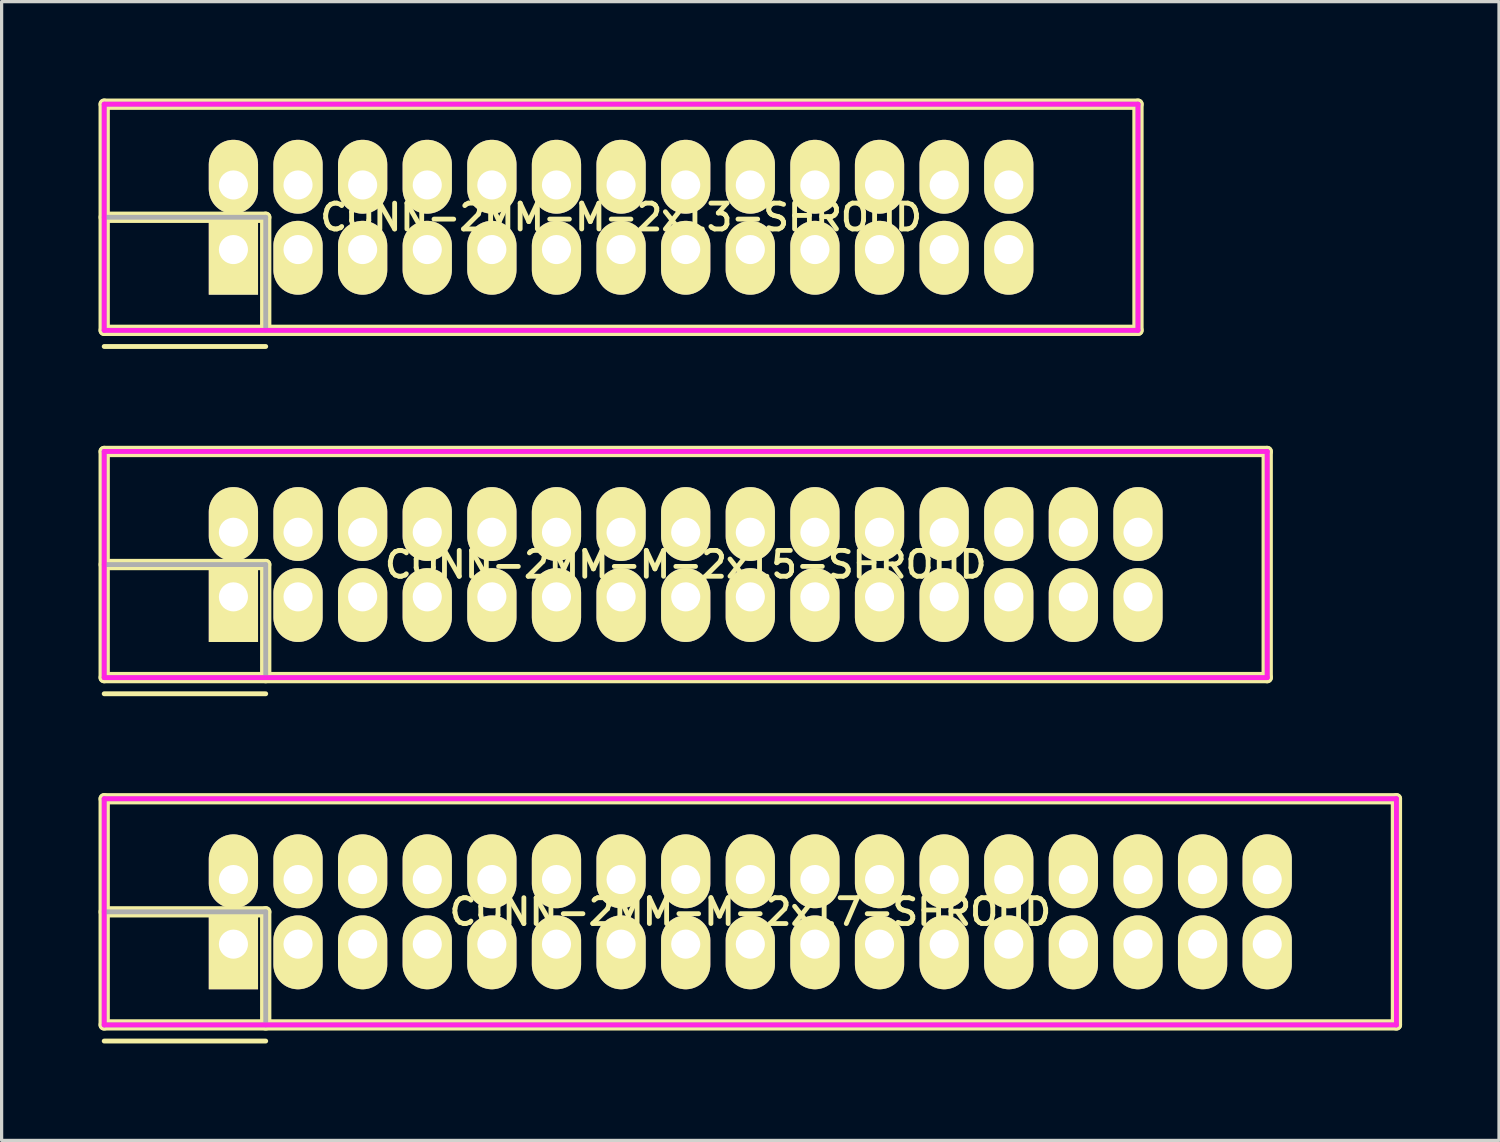
<source format=kicad_pcb>
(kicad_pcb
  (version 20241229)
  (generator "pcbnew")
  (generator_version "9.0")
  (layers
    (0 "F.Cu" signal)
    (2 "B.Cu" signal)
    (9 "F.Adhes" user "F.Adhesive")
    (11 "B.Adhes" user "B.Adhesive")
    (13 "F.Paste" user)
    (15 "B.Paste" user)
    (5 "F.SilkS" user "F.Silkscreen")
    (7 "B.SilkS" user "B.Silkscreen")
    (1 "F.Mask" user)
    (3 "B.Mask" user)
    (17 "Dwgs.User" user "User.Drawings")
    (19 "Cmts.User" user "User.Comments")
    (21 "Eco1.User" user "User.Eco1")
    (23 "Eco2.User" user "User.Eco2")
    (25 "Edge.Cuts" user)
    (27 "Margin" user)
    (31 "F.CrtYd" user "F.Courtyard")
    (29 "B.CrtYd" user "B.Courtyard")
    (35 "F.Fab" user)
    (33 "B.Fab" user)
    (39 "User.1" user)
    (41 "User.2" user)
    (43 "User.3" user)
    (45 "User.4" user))
  (footprint "CONN-2MM-M-2x15-SHROUD"
    (layer "F.Cu")
    (at 18.175 14.425)
    (property "Reference" "CONN-2MM-M-2x15-SHROUD" (at 0 0 0) (layer "F.SilkS") (effects (font (size 0.8 0.8) (thickness 0.15))))
    (attr through_hole)
    (fp_line (start -18 -3.5) (end 18 -3.5) (stroke (width 0.35) (type solid)) (layer "F.SilkS"))
    (fp_line (start -18 0) (end -13 0) (stroke (width 0.35) (type solid)) (layer "F.SilkS"))
    (fp_line (start -18 3.5) (end -18 -3.5) (stroke (width 0.35) (type solid)) (layer "F.SilkS"))
    (fp_line (start -18 4) (end -13 4) (stroke (width 0.15) (type solid)) (layer "F.SilkS"))
    (fp_line (start -13 0) (end -13 3.5) (stroke (width 0.35) (type solid)) (layer "F.SilkS"))
    (fp_line (start 18 -3.5) (end 18 3.5) (stroke (width 0.35) (type solid)) (layer "F.SilkS"))
    (fp_line (start 18 3.5) (end -18 3.5) (stroke (width 0.35) (type solid)) (layer "F.SilkS"))
    (fp_line (start -18 -3.5) (end 18 -3.5) (stroke (width 0.15) (type solid)) (layer "F.CrtYd"))
    (fp_line (start -18 3.5) (end -18 -3.5) (stroke (width 0.15) (type solid)) (layer "F.CrtYd"))
    (fp_line (start 18 -3.5) (end 18 3.5) (stroke (width 0.15) (type solid)) (layer "F.CrtYd"))
    (fp_line (start 18 3.5) (end -18 3.5) (stroke (width 0.15) (type solid)) (layer "F.CrtYd"))
    (fp_line (start -18 -3.5) (end 18 -3.5) (stroke (width 0.15) (type solid)) (layer "F.Fab"))
    (fp_line (start -18 0) (end -13 0) (stroke (width 0.15) (type solid)) (layer "F.Fab"))
    (fp_line (start -18 3.5) (end -18 -3.5) (stroke (width 0.15) (type solid)) (layer "F.Fab"))
    (fp_line (start -13 0) (end -13 3.5) (stroke (width 0.15) (type solid)) (layer "F.Fab"))
    (fp_line (start 18 -3.5) (end 18 3.5) (stroke (width 0.15) (type solid)) (layer "F.Fab"))
    (fp_line (start 18 3.5) (end -18 3.5) (stroke (width 0.15) (type solid)) (layer "F.Fab"))
    (pad "1" thru_hole rect (at -14 1) (size 1.524 2.286) (drill 0.9 (offset 0 0.254)) (layers "*.Cu" "*.Mask" "F.SilkS"))
    (pad "2" thru_hole oval (at -14 -1) (size 1.524 2.286) (drill 0.9 (offset 0 -0.254)) (layers "*.Cu" "*.Mask" "F.SilkS"))
    (pad "3" thru_hole oval (at -12 1) (size 1.524 2.286) (drill 0.9 (offset 0 0.254)) (layers "*.Cu" "*.Mask" "F.SilkS"))
    (pad "4" thru_hole oval (at -12 -1) (size 1.524 2.286) (drill 0.9 (offset 0 -0.254)) (layers "*.Cu" "*.Mask" "F.SilkS"))
    (pad "5" thru_hole oval (at -10 1) (size 1.524 2.286) (drill 0.9 (offset 0 0.254)) (layers "*.Cu" "*.Mask" "F.SilkS"))
    (pad "6" thru_hole oval (at -10 -1) (size 1.524 2.286) (drill 0.9 (offset 0 -0.254)) (layers "*.Cu" "*.Mask" "F.SilkS"))
    (pad "7" thru_hole oval (at -8 1) (size 1.524 2.286) (drill 0.9 (offset 0 0.254)) (layers "*.Cu" "*.Mask" "F.SilkS"))
    (pad "8" thru_hole oval (at -8 -1) (size 1.524 2.286) (drill 0.9 (offset 0 -0.254)) (layers "*.Cu" "*.Mask" "F.SilkS"))
    (pad "9" thru_hole oval (at -6 1) (size 1.524 2.286) (drill 0.9 (offset 0 0.254)) (layers "*.Cu" "*.Mask" "F.SilkS"))
    (pad "10" thru_hole oval (at -6 -1) (size 1.524 2.286) (drill 0.9 (offset 0 -0.254)) (layers "*.Cu" "*.Mask" "F.SilkS"))
    (pad "11" thru_hole oval (at -4 1) (size 1.524 2.286) (drill 0.9 (offset 0 0.254)) (layers "*.Cu" "*.Mask" "F.SilkS"))
    (pad "12" thru_hole oval (at -4 -1) (size 1.524 2.286) (drill 0.9 (offset 0 -0.254)) (layers "*.Cu" "*.Mask" "F.SilkS"))
    (pad "13" thru_hole oval (at -2 1) (size 1.524 2.286) (drill 0.9 (offset 0 0.254)) (layers "*.Cu" "*.Mask" "F.SilkS"))
    (pad "14" thru_hole oval (at -2 -1) (size 1.524 2.286) (drill 0.9 (offset 0 -0.254)) (layers "*.Cu" "*.Mask" "F.SilkS"))
    (pad "15" thru_hole oval (at 0 1) (size 1.524 2.286) (drill 0.9 (offset 0 0.254)) (layers "*.Cu" "*.Mask" "F.SilkS"))
    (pad "16" thru_hole oval (at 0 -1) (size 1.524 2.286) (drill 0.9 (offset 0 -0.254)) (layers "*.Cu" "*.Mask" "F.SilkS"))
    (pad "17" thru_hole oval (at 2 1) (size 1.524 2.286) (drill 0.9 (offset 0 0.254)) (layers "*.Cu" "*.Mask" "F.SilkS"))
    (pad "18" thru_hole oval (at 2 -1) (size 1.524 2.286) (drill 0.9 (offset 0 -0.254)) (layers "*.Cu" "*.Mask" "F.SilkS"))
    (pad "19" thru_hole oval (at 4 1) (size 1.524 2.286) (drill 0.9 (offset 0 0.254)) (layers "*.Cu" "*.Mask" "F.SilkS"))
    (pad "20" thru_hole oval (at 4 -1) (size 1.524 2.286) (drill 0.9 (offset 0 -0.254)) (layers "*.Cu" "*.Mask" "F.SilkS"))
    (pad "21" thru_hole oval (at 6 1) (size 1.524 2.286) (drill 0.9 (offset 0 0.254)) (layers "*.Cu" "*.Mask" "F.SilkS"))
    (pad "22" thru_hole oval (at 6 -1) (size 1.524 2.286) (drill 0.9 (offset 0 -0.254)) (layers "*.Cu" "*.Mask" "F.SilkS"))
    (pad "23" thru_hole oval (at 8 1) (size 1.524 2.286) (drill 0.9 (offset 0 0.254)) (layers "*.Cu" "*.Mask" "F.SilkS"))
    (pad "24" thru_hole oval (at 8 -1) (size 1.524 2.286) (drill 0.9 (offset 0 -0.254)) (layers "*.Cu" "*.Mask" "F.SilkS"))
    (pad "25" thru_hole oval (at 10 1) (size 1.524 2.286) (drill 0.9 (offset 0 0.254)) (layers "*.Cu" "*.Mask" "F.SilkS"))
    (pad "26" thru_hole oval (at 10 -1) (size 1.524 2.286) (drill 0.9 (offset 0 -0.254)) (layers "*.Cu" "*.Mask" "F.SilkS"))
    (pad "27" thru_hole oval (at 12 1) (size 1.524 2.286) (drill 0.9 (offset 0 0.254)) (layers "*.Cu" "*.Mask" "F.SilkS"))
    (pad "28" thru_hole oval (at 12 -1) (size 1.524 2.286) (drill 0.9 (offset 0 -0.254)) (layers "*.Cu" "*.Mask" "F.SilkS"))
    (pad "29" thru_hole oval (at 14 1) (size 1.524 2.286) (drill 0.9 (offset 0 0.254)) (layers "*.Cu" "*.Mask" "F.SilkS"))
    (pad "30" thru_hole oval (at 14 -1) (size 1.524 2.286) (drill 0.9 (offset 0 -0.254)) (layers "*.Cu" "*.Mask" "F.SilkS")))
  (footprint "CONN-2MM-M-2x13-SHROUD"
    (layer "F.Cu")
    (at 16.175 3.675)
    (property "Reference" "CONN-2MM-M-2x13-SHROUD" (at 0 0 0) (layer "F.SilkS") (effects (font (size 0.8 0.8) (thickness 0.15))))
    (attr through_hole)
    (fp_line (start -16 -3.5) (end 16 -3.5) (stroke (width 0.35) (type solid)) (layer "F.SilkS"))
    (fp_line (start -16 0) (end -11 0) (stroke (width 0.35) (type solid)) (layer "F.SilkS"))
    (fp_line (start -16 3.5) (end -16 -3.5) (stroke (width 0.35) (type solid)) (layer "F.SilkS"))
    (fp_line (start -16 4) (end -11 4) (stroke (width 0.15) (type solid)) (layer "F.SilkS"))
    (fp_line (start -11 0) (end -11 3.5) (stroke (width 0.35) (type solid)) (layer "F.SilkS"))
    (fp_line (start 16 -3.5) (end 16 3.5) (stroke (width 0.35) (type solid)) (layer "F.SilkS"))
    (fp_line (start 16 3.5) (end -16 3.5) (stroke (width 0.35) (type solid)) (layer "F.SilkS"))
    (fp_line (start -16 -3.5) (end 16 -3.5) (stroke (width 0.15) (type solid)) (layer "F.CrtYd"))
    (fp_line (start -16 3.5) (end -16 -3.5) (stroke (width 0.15) (type solid)) (layer "F.CrtYd"))
    (fp_line (start 16 -3.5) (end 16 3.5) (stroke (width 0.15) (type solid)) (layer "F.CrtYd"))
    (fp_line (start 16 3.5) (end -16 3.5) (stroke (width 0.15) (type solid)) (layer "F.CrtYd"))
    (fp_line (start -16 -3.5) (end 16 -3.5) (stroke (width 0.15) (type solid)) (layer "F.Fab"))
    (fp_line (start -16 0) (end -11 0) (stroke (width 0.15) (type solid)) (layer "F.Fab"))
    (fp_line (start -16 3.5) (end -16 -3.5) (stroke (width 0.15) (type solid)) (layer "F.Fab"))
    (fp_line (start -11 0) (end -11 3.5) (stroke (width 0.15) (type solid)) (layer "F.Fab"))
    (fp_line (start 16 -3.5) (end 16 3.5) (stroke (width 0.15) (type solid)) (layer "F.Fab"))
    (fp_line (start 16 3.5) (end -16 3.5) (stroke (width 0.15) (type solid)) (layer "F.Fab"))
    (pad "1" thru_hole rect (at -12 1) (size 1.524 2.286) (drill 0.9 (offset 0 0.254)) (layers "*.Cu" "*.Mask" "F.SilkS"))
    (pad "2" thru_hole oval (at -12 -1) (size 1.524 2.286) (drill 0.9 (offset 0 -0.254)) (layers "*.Cu" "*.Mask" "F.SilkS"))
    (pad "3" thru_hole oval (at -10 1) (size 1.524 2.286) (drill 0.9 (offset 0 0.254)) (layers "*.Cu" "*.Mask" "F.SilkS"))
    (pad "4" thru_hole oval (at -10 -1) (size 1.524 2.286) (drill 0.9 (offset 0 -0.254)) (layers "*.Cu" "*.Mask" "F.SilkS"))
    (pad "5" thru_hole oval (at -8 1) (size 1.524 2.286) (drill 0.9 (offset 0 0.254)) (layers "*.Cu" "*.Mask" "F.SilkS"))
    (pad "6" thru_hole oval (at -8 -1) (size 1.524 2.286) (drill 0.9 (offset 0 -0.254)) (layers "*.Cu" "*.Mask" "F.SilkS"))
    (pad "7" thru_hole oval (at -6 1) (size 1.524 2.286) (drill 0.9 (offset 0 0.254)) (layers "*.Cu" "*.Mask" "F.SilkS"))
    (pad "8" thru_hole oval (at -6 -1) (size 1.524 2.286) (drill 0.9 (offset 0 -0.254)) (layers "*.Cu" "*.Mask" "F.SilkS"))
    (pad "9" thru_hole oval (at -4 1) (size 1.524 2.286) (drill 0.9 (offset 0 0.254)) (layers "*.Cu" "*.Mask" "F.SilkS"))
    (pad "10" thru_hole oval (at -4 -1) (size 1.524 2.286) (drill 0.9 (offset 0 -0.254)) (layers "*.Cu" "*.Mask" "F.SilkS"))
    (pad "11" thru_hole oval (at -2 1) (size 1.524 2.286) (drill 0.9 (offset 0 0.254)) (layers "*.Cu" "*.Mask" "F.SilkS"))
    (pad "12" thru_hole oval (at -2 -1) (size 1.524 2.286) (drill 0.9 (offset 0 -0.254)) (layers "*.Cu" "*.Mask" "F.SilkS"))
    (pad "13" thru_hole oval (at 0 1) (size 1.524 2.286) (drill 0.9 (offset 0 0.254)) (layers "*.Cu" "*.Mask" "F.SilkS"))
    (pad "14" thru_hole oval (at 0 -1) (size 1.524 2.286) (drill 0.9 (offset 0 -0.254)) (layers "*.Cu" "*.Mask" "F.SilkS"))
    (pad "15" thru_hole oval (at 2 1) (size 1.524 2.286) (drill 0.9 (offset 0 0.254)) (layers "*.Cu" "*.Mask" "F.SilkS"))
    (pad "16" thru_hole oval (at 2 -1) (size 1.524 2.286) (drill 0.9 (offset 0 -0.254)) (layers "*.Cu" "*.Mask" "F.SilkS"))
    (pad "17" thru_hole oval (at 4 1) (size 1.524 2.286) (drill 0.9 (offset 0 0.254)) (layers "*.Cu" "*.Mask" "F.SilkS"))
    (pad "18" thru_hole oval (at 4 -1) (size 1.524 2.286) (drill 0.9 (offset 0 -0.254)) (layers "*.Cu" "*.Mask" "F.SilkS"))
    (pad "19" thru_hole oval (at 6 1) (size 1.524 2.286) (drill 0.9 (offset 0 0.254)) (layers "*.Cu" "*.Mask" "F.SilkS"))
    (pad "20" thru_hole oval (at 6 -1) (size 1.524 2.286) (drill 0.9 (offset 0 -0.254)) (layers "*.Cu" "*.Mask" "F.SilkS"))
    (pad "21" thru_hole oval (at 8 1) (size 1.524 2.286) (drill 0.9 (offset 0 0.254)) (layers "*.Cu" "*.Mask" "F.SilkS"))
    (pad "22" thru_hole oval (at 8 -1) (size 1.524 2.286) (drill 0.9 (offset 0 -0.254)) (layers "*.Cu" "*.Mask" "F.SilkS"))
    (pad "23" thru_hole oval (at 10 1) (size 1.524 2.286) (drill 0.9 (offset 0 0.254)) (layers "*.Cu" "*.Mask" "F.SilkS"))
    (pad "24" thru_hole oval (at 10 -1) (size 1.524 2.286) (drill 0.9 (offset 0 -0.254)) (layers "*.Cu" "*.Mask" "F.SilkS"))
    (pad "25" thru_hole oval (at 12 1) (size 1.524 2.286) (drill 0.9 (offset 0 0.254)) (layers "*.Cu" "*.Mask" "F.SilkS"))
    (pad "26" thru_hole oval (at 12 -1) (size 1.524 2.286) (drill 0.9 (offset 0 -0.254)) (layers "*.Cu" "*.Mask" "F.SilkS")))
  (footprint "CONN-2MM-M-2x17-SHROUD"
    (layer "F.Cu")
    (at 20.175 25.175)
    (property "Reference" "CONN-2MM-M-2x17-SHROUD" (at 0 0 0) (layer "F.SilkS") (effects (font (size 0.8 0.8) (thickness 0.15))))
    (attr through_hole)
    (fp_line (start -20 -3.5) (end 20 -3.5) (stroke (width 0.35) (type solid)) (layer "F.SilkS"))
    (fp_line (start -20 0) (end -15 0) (stroke (width 0.35) (type solid)) (layer "F.SilkS"))
    (fp_line (start -20 3.5) (end -20 -3.5) (stroke (width 0.35) (type solid)) (layer "F.SilkS"))
    (fp_line (start -20 4) (end -15 4) (stroke (width 0.15) (type solid)) (layer "F.SilkS"))
    (fp_line (start -15 0) (end -15 3.5) (stroke (width 0.35) (type solid)) (layer "F.SilkS"))
    (fp_line (start 20 -3.5) (end 20 3.5) (stroke (width 0.35) (type solid)) (layer "F.SilkS"))
    (fp_line (start 20 3.5) (end -20 3.5) (stroke (width 0.35) (type solid)) (layer "F.SilkS"))
    (fp_line (start -20 -3.5) (end 20 -3.5) (stroke (width 0.15) (type solid)) (layer "F.CrtYd"))
    (fp_line (start -20 3.5) (end -20 -3.5) (stroke (width 0.15) (type solid)) (layer "F.CrtYd"))
    (fp_line (start 20 -3.5) (end 20 3.5) (stroke (width 0.15) (type solid)) (layer "F.CrtYd"))
    (fp_line (start 20 3.5) (end -20 3.5) (stroke (width 0.15) (type solid)) (layer "F.CrtYd"))
    (fp_line (start -20 -3.5) (end 20 -3.5) (stroke (width 0.15) (type solid)) (layer "F.Fab"))
    (fp_line (start -20 0) (end -15 0) (stroke (width 0.15) (type solid)) (layer "F.Fab"))
    (fp_line (start -20 3.5) (end -20 -3.5) (stroke (width 0.15) (type solid)) (layer "F.Fab"))
    (fp_line (start -15 0) (end -15 3.5) (stroke (width 0.15) (type solid)) (layer "F.Fab"))
    (fp_line (start 20 -3.5) (end 20 3.5) (stroke (width 0.15) (type solid)) (layer "F.Fab"))
    (fp_line (start 20 3.5) (end -20 3.5) (stroke (width 0.15) (type solid)) (layer "F.Fab"))
    (pad "1" thru_hole rect (at -16 1) (size 1.524 2.286) (drill 0.9 (offset 0 0.254)) (layers "*.Cu" "*.Mask" "F.SilkS"))
    (pad "2" thru_hole oval (at -16 -1) (size 1.524 2.286) (drill 0.9 (offset 0 -0.254)) (layers "*.Cu" "*.Mask" "F.SilkS"))
    (pad "3" thru_hole oval (at -14 1) (size 1.524 2.286) (drill 0.9 (offset 0 0.254)) (layers "*.Cu" "*.Mask" "F.SilkS"))
    (pad "4" thru_hole oval (at -14 -1) (size 1.524 2.286) (drill 0.9 (offset 0 -0.254)) (layers "*.Cu" "*.Mask" "F.SilkS"))
    (pad "5" thru_hole oval (at -12 1) (size 1.524 2.286) (drill 0.9 (offset 0 0.254)) (layers "*.Cu" "*.Mask" "F.SilkS"))
    (pad "6" thru_hole oval (at -12 -1) (size 1.524 2.286) (drill 0.9 (offset 0 -0.254)) (layers "*.Cu" "*.Mask" "F.SilkS"))
    (pad "7" thru_hole oval (at -10 1) (size 1.524 2.286) (drill 0.9 (offset 0 0.254)) (layers "*.Cu" "*.Mask" "F.SilkS"))
    (pad "8" thru_hole oval (at -10 -1) (size 1.524 2.286) (drill 0.9 (offset 0 -0.254)) (layers "*.Cu" "*.Mask" "F.SilkS"))
    (pad "9" thru_hole oval (at -8 1) (size 1.524 2.286) (drill 0.9 (offset 0 0.254)) (layers "*.Cu" "*.Mask" "F.SilkS"))
    (pad "10" thru_hole oval (at -8 -1) (size 1.524 2.286) (drill 0.9 (offset 0 -0.254)) (layers "*.Cu" "*.Mask" "F.SilkS"))
    (pad "11" thru_hole oval (at -6 1) (size 1.524 2.286) (drill 0.9 (offset 0 0.254)) (layers "*.Cu" "*.Mask" "F.SilkS"))
    (pad "12" thru_hole oval (at -6 -1) (size 1.524 2.286) (drill 0.9 (offset 0 -0.254)) (layers "*.Cu" "*.Mask" "F.SilkS"))
    (pad "13" thru_hole oval (at -4 1) (size 1.524 2.286) (drill 0.9 (offset 0 0.254)) (layers "*.Cu" "*.Mask" "F.SilkS"))
    (pad "14" thru_hole oval (at -4 -1) (size 1.524 2.286) (drill 0.9 (offset 0 -0.254)) (layers "*.Cu" "*.Mask" "F.SilkS"))
    (pad "15" thru_hole oval (at -2 1) (size 1.524 2.286) (drill 0.9 (offset 0 0.254)) (layers "*.Cu" "*.Mask" "F.SilkS"))
    (pad "16" thru_hole oval (at -2 -1) (size 1.524 2.286) (drill 0.9 (offset 0 -0.254)) (layers "*.Cu" "*.Mask" "F.SilkS"))
    (pad "17" thru_hole oval (at 0 1) (size 1.524 2.286) (drill 0.9 (offset 0 0.254)) (layers "*.Cu" "*.Mask" "F.SilkS"))
    (pad "18" thru_hole oval (at 0 -1) (size 1.524 2.286) (drill 0.9 (offset 0 -0.254)) (layers "*.Cu" "*.Mask" "F.SilkS"))
    (pad "19" thru_hole oval (at 2 1) (size 1.524 2.286) (drill 0.9 (offset 0 0.254)) (layers "*.Cu" "*.Mask" "F.SilkS"))
    (pad "20" thru_hole oval (at 2 -1) (size 1.524 2.286) (drill 0.9 (offset 0 -0.254)) (layers "*.Cu" "*.Mask" "F.SilkS"))
    (pad "21" thru_hole oval (at 4 1) (size 1.524 2.286) (drill 0.9 (offset 0 0.254)) (layers "*.Cu" "*.Mask" "F.SilkS"))
    (pad "22" thru_hole oval (at 4 -1) (size 1.524 2.286) (drill 0.9 (offset 0 -0.254)) (layers "*.Cu" "*.Mask" "F.SilkS"))
    (pad "23" thru_hole oval (at 6 1) (size 1.524 2.286) (drill 0.9 (offset 0 0.254)) (layers "*.Cu" "*.Mask" "F.SilkS"))
    (pad "24" thru_hole oval (at 6 -1) (size 1.524 2.286) (drill 0.9 (offset 0 -0.254)) (layers "*.Cu" "*.Mask" "F.SilkS"))
    (pad "25" thru_hole oval (at 8 1) (size 1.524 2.286) (drill 0.9 (offset 0 0.254)) (layers "*.Cu" "*.Mask" "F.SilkS"))
    (pad "26" thru_hole oval (at 8 -1) (size 1.524 2.286) (drill 0.9 (offset 0 -0.254)) (layers "*.Cu" "*.Mask" "F.SilkS"))
    (pad "27" thru_hole oval (at 10 1) (size 1.524 2.286) (drill 0.9 (offset 0 0.254)) (layers "*.Cu" "*.Mask" "F.SilkS"))
    (pad "28" thru_hole oval (at 10 -1) (size 1.524 2.286) (drill 0.9 (offset 0 -0.254)) (layers "*.Cu" "*.Mask" "F.SilkS"))
    (pad "29" thru_hole oval (at 12 1) (size 1.524 2.286) (drill 0.9 (offset 0 0.254)) (layers "*.Cu" "*.Mask" "F.SilkS"))
    (pad "30" thru_hole oval (at 12 -1) (size 1.524 2.286) (drill 0.9 (offset 0 -0.254)) (layers "*.Cu" "*.Mask" "F.SilkS"))
    (pad "31" thru_hole oval (at 14 1) (size 1.524 2.286) (drill 0.9 (offset 0 0.254)) (layers "*.Cu" "*.Mask" "F.SilkS"))
    (pad "32" thru_hole oval (at 14 -1) (size 1.524 2.286) (drill 0.9 (offset 0 -0.254)) (layers "*.Cu" "*.Mask" "F.SilkS"))
    (pad "33" thru_hole oval (at 16 1) (size 1.524 2.286) (drill 0.9 (offset 0 0.254)) (layers "*.Cu" "*.Mask" "F.SilkS"))
    (pad "34" thru_hole oval (at 16 -1) (size 1.524 2.286) (drill 0.9 (offset 0 -0.254)) (layers "*.Cu" "*.Mask" "F.SilkS")))
  (gr_rect
    (start -3 -3)
    (end 43.35 32.25)
    (stroke (width 0.1) (type default))
    (fill no)
    (layer "Edge.Cuts")))
</source>
